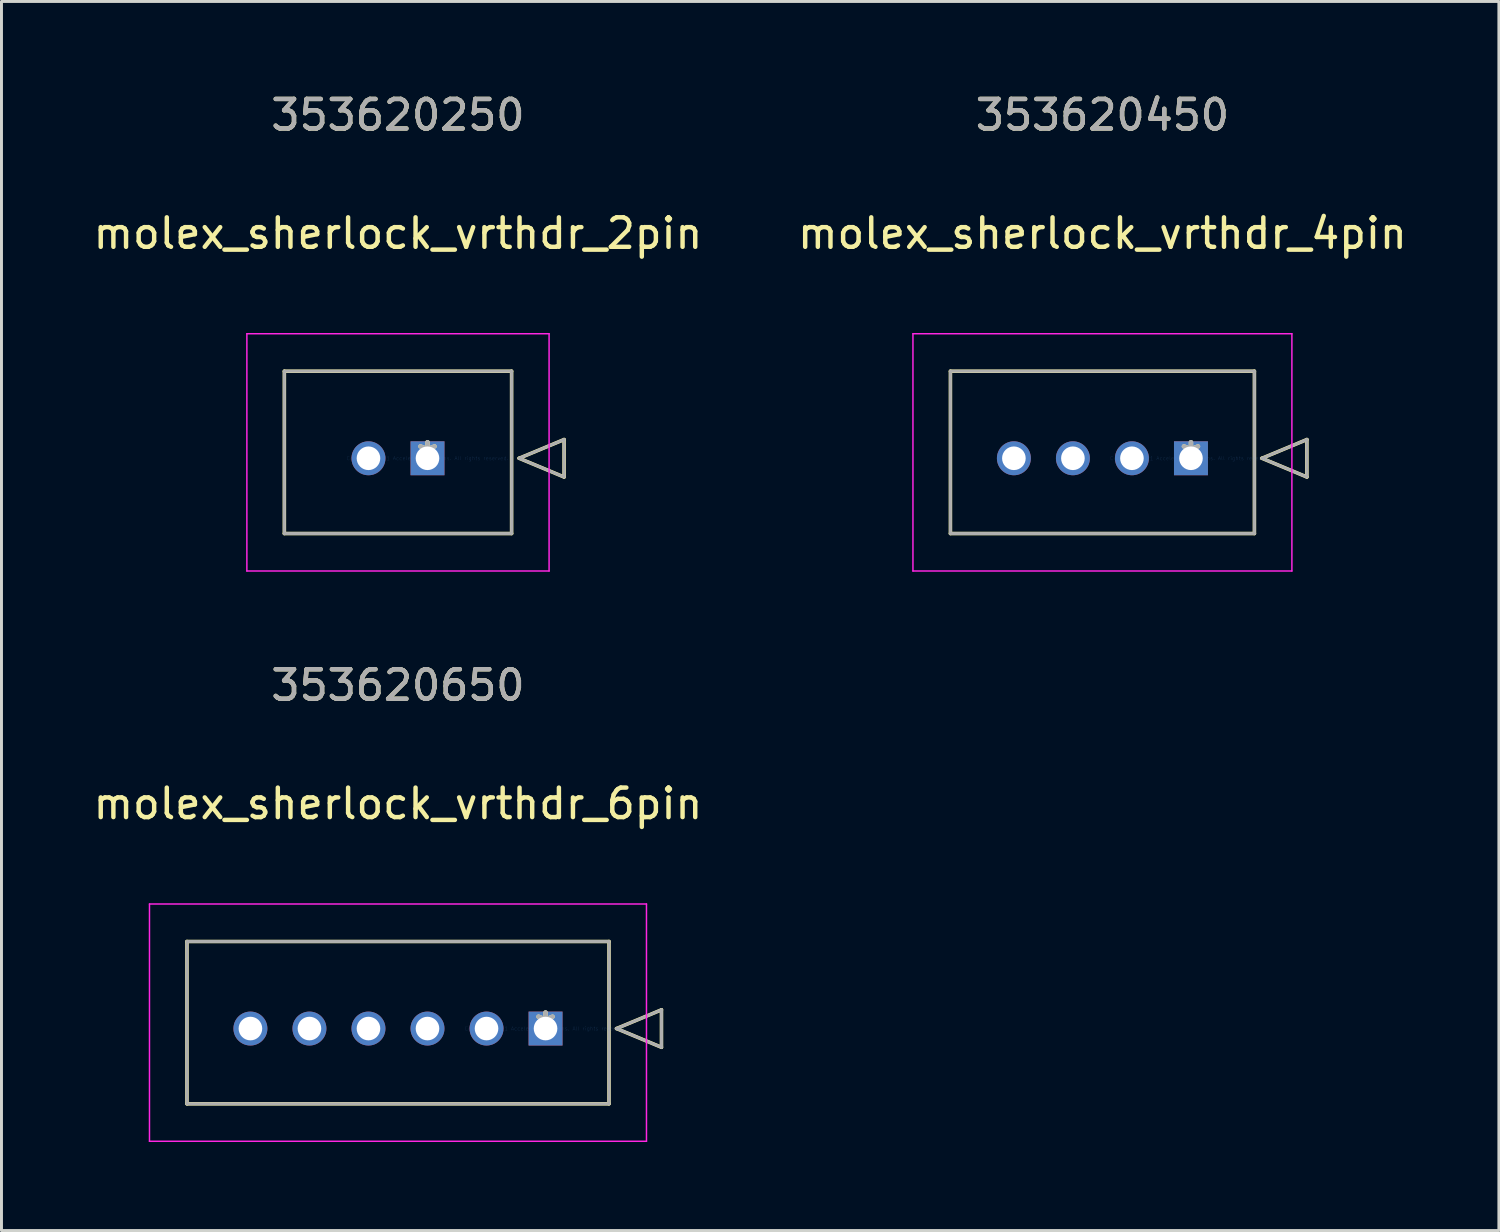
<source format=kicad_pcb>
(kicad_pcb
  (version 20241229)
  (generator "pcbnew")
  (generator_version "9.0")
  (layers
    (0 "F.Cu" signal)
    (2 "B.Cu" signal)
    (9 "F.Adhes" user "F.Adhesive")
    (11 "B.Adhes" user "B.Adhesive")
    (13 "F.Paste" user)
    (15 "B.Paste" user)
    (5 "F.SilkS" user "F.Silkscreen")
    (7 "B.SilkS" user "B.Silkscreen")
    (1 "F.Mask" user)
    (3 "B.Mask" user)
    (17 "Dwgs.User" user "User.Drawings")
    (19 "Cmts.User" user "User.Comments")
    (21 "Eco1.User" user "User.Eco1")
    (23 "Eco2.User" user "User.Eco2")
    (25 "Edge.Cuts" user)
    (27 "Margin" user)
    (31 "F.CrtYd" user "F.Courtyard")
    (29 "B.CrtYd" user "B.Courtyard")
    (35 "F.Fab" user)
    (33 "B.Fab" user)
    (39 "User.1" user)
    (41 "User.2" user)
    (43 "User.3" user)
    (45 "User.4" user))
  (footprint "molex_sherlock_vrthdr_2pin"
    (layer "F.Cu")
    (at 11.435 12.478)
    (property "Reference" "molex_sherlock_vrthdr_2pin" (at -1 -7.62 0) (layer "F.SilkS") (effects (font (size 1 1) (thickness 0.15))))
    (attr through_hole)
    (fp_line (start -4.85 -2.95) (end -4.85 2.55) (stroke (width 0.12) (type solid)) (layer "F.SilkS"))
    (fp_line (start -4.85 2.55) (end 2.85 2.55) (stroke (width 0.12) (type solid)) (layer "F.SilkS"))
    (fp_line (start 2.85 -2.95) (end -4.85 -2.95) (stroke (width 0.12) (type solid)) (layer "F.SilkS"))
    (fp_line (start 2.85 2.55) (end 2.85 -2.95) (stroke (width 0.12) (type solid)) (layer "F.SilkS"))
    (fp_line (start 3.104 0) (end 4.628 -0.635) (stroke (width 0.12) (type solid)) (layer "F.SilkS"))
    (fp_line (start 4.628 -0.635) (end 4.628 0.635) (stroke (width 0.12) (type solid)) (layer "F.SilkS"))
    (fp_line (start 4.628 0.635) (end 3.104 0) (stroke (width 0.12) (type solid)) (layer "F.SilkS"))
    (fp_line (start -6.12 -4.22) (end -6.12 3.82) (stroke (width 0.05) (type solid)) (layer "F.CrtYd"))
    (fp_line (start -6.12 3.82) (end 4.12 3.82) (stroke (width 0.05) (type solid)) (layer "F.CrtYd"))
    (fp_line (start 4.12 -4.22) (end -6.12 -4.22) (stroke (width 0.05) (type solid)) (layer "F.CrtYd"))
    (fp_line (start 4.12 3.82) (end 4.12 -4.22) (stroke (width 0.05) (type solid)) (layer "F.CrtYd"))
    (fp_line (start -4.85 -2.95) (end -4.85 2.55) (stroke (width 0.1) (type solid)) (layer "F.Fab"))
    (fp_line (start -4.85 2.55) (end 2.85 2.55) (stroke (width 0.1) (type solid)) (layer "F.Fab"))
    (fp_line (start 2.85 -2.95) (end -4.85 -2.95) (stroke (width 0.1) (type solid)) (layer "F.Fab"))
    (fp_line (start 2.85 2.55) (end 2.85 -2.95) (stroke (width 0.1) (type solid)) (layer "F.Fab"))
    (fp_line (start 3.104 0) (end 4.628 -0.635) (stroke (width 0.1) (type solid)) (layer "F.Fab"))
    (fp_line (start 4.628 -0.635) (end 4.628 0.635) (stroke (width 0.1) (type solid)) (layer "F.Fab"))
    (fp_line (start 4.628 0.635) (end 3.104 0) (stroke (width 0.1) (type solid)) (layer "F.Fab"))
    (fp_text user "353620250" (at -1 -11.63 0) (layer "F.SilkS") (effects (font (size 1 1) (thickness 0.15))))
    (fp_text user "*" (at 0 0 0) (layer "F.SilkS") (effects (font (size 1 1) (thickness 0.15))))
    (fp_text user "Copyright 2021 Accelerated Designs. All rights reserved." (at 0 0 0) (layer "Cmts.User") (effects (font (size 0.127 0.127) (thickness 0.002))))
    (fp_text user "*" (at 0 0 0) (layer "F.Fab") (effects (font (size 1 1) (thickness 0.15))))
    (fp_text user "353620250" (at -1 -11.63 0) (layer "F.Fab") (effects (font (size 1 1) (thickness 0.15))))
    (pad "1" thru_hole rect (at 0 0) (size 1.15 1.15) (drill 0.8) (layers "*.Cu" "*.Mask"))
    (pad "2" thru_hole circle (at -2 0) (size 1.15 1.15) (drill 0.8) (layers "*.Cu" "*.Mask")))
  (footprint "molex_sherlock_vrthdr_4pin"
    (layer "F.Cu")
    (at 37.304 12.478)
    (property "Reference" "molex_sherlock_vrthdr_4pin" (at -3 -7.62 0) (layer "F.SilkS") (effects (font (size 1 1) (thickness 0.15))))
    (attr through_hole)
    (fp_line (start -8.15 -2.95) (end -8.15 2.55) (stroke (width 0.12) (type solid)) (layer "F.SilkS"))
    (fp_line (start -8.15 2.55) (end 2.15 2.55) (stroke (width 0.12) (type solid)) (layer "F.SilkS"))
    (fp_line (start 2.15 -2.95) (end -8.15 -2.95) (stroke (width 0.12) (type solid)) (layer "F.SilkS"))
    (fp_line (start 2.15 2.55) (end 2.15 -2.95) (stroke (width 0.12) (type solid)) (layer "F.SilkS"))
    (fp_line (start 2.404 0) (end 3.928 -0.635) (stroke (width 0.12) (type solid)) (layer "F.SilkS"))
    (fp_line (start 3.928 -0.635) (end 3.928 0.635) (stroke (width 0.12) (type solid)) (layer "F.SilkS"))
    (fp_line (start 3.928 0.635) (end 2.404 0) (stroke (width 0.12) (type solid)) (layer "F.SilkS"))
    (fp_line (start -9.42 -4.22) (end -9.42 3.82) (stroke (width 0.05) (type solid)) (layer "F.CrtYd"))
    (fp_line (start -9.42 3.82) (end 3.42 3.82) (stroke (width 0.05) (type solid)) (layer "F.CrtYd"))
    (fp_line (start 3.42 -4.22) (end -9.42 -4.22) (stroke (width 0.05) (type solid)) (layer "F.CrtYd"))
    (fp_line (start 3.42 3.82) (end 3.42 -4.22) (stroke (width 0.05) (type solid)) (layer "F.CrtYd"))
    (fp_line (start -8.15 -2.95) (end -8.15 2.55) (stroke (width 0.1) (type solid)) (layer "F.Fab"))
    (fp_line (start -8.15 2.55) (end 2.15 2.55) (stroke (width 0.1) (type solid)) (layer "F.Fab"))
    (fp_line (start 2.15 -2.95) (end -8.15 -2.95) (stroke (width 0.1) (type solid)) (layer "F.Fab"))
    (fp_line (start 2.15 2.55) (end 2.15 -2.95) (stroke (width 0.1) (type solid)) (layer "F.Fab"))
    (fp_line (start 2.404 0) (end 3.928 -0.635) (stroke (width 0.1) (type solid)) (layer "F.Fab"))
    (fp_line (start 3.928 -0.635) (end 3.928 0.635) (stroke (width 0.1) (type solid)) (layer "F.Fab"))
    (fp_line (start 3.928 0.635) (end 2.404 0) (stroke (width 0.1) (type solid)) (layer "F.Fab"))
    (fp_text user "353620450" (at -3 -11.63 0) (layer "F.SilkS") (effects (font (size 1 1) (thickness 0.15))))
    (fp_text user "*" (at 0 0 0) (layer "F.SilkS") (effects (font (size 1 1) (thickness 0.15))))
    (fp_text user "Copyright 2021 Accelerated Designs. All rights reserved." (at 0 0 0) (layer "Cmts.User") (effects (font (size 0.127 0.127) (thickness 0.002))))
    (fp_text user "353620450" (at -3 -11.63 0) (layer "F.Fab") (effects (font (size 1 1) (thickness 0.15))))
    (fp_text user "*" (at 0 0 0) (layer "F.Fab") (effects (font (size 1 1) (thickness 0.15))))
    (pad "1" thru_hole rect (at 0 0) (size 1.15 1.15) (drill 0.8) (layers "*.Cu" "*.Mask"))
    (pad "2" thru_hole circle (at -2 0) (size 1.15 1.15) (drill 0.8) (layers "*.Cu" "*.Mask"))
    (pad "3" thru_hole circle (at -4 0) (size 1.15 1.15) (drill 0.8) (layers "*.Cu" "*.Mask"))
    (pad "4" thru_hole circle (at -6 0) (size 1.15 1.15) (drill 0.8) (layers "*.Cu" "*.Mask")))
  (footprint "molex_sherlock_vrthdr_6pin"
    (layer "F.Cu")
    (at 15.435 31.801)
    (property "Reference" "molex_sherlock_vrthdr_6pin" (at -5 -7.62 0) (layer "F.SilkS") (effects (font (size 1 1) (thickness 0.15))))
    (attr through_hole)
    (fp_line (start -12.15 -2.95) (end -12.15 2.55) (stroke (width 0.12) (type solid)) (layer "F.SilkS"))
    (fp_line (start -12.15 2.55) (end 2.15 2.55) (stroke (width 0.12) (type solid)) (layer "F.SilkS"))
    (fp_line (start 2.15 -2.95) (end -12.15 -2.95) (stroke (width 0.12) (type solid)) (layer "F.SilkS"))
    (fp_line (start 2.15 2.55) (end 2.15 -2.95) (stroke (width 0.12) (type solid)) (layer "F.SilkS"))
    (fp_line (start 2.404 0) (end 3.928 -0.635) (stroke (width 0.12) (type solid)) (layer "F.SilkS"))
    (fp_line (start 3.928 -0.635) (end 3.928 0.635) (stroke (width 0.12) (type solid)) (layer "F.SilkS"))
    (fp_line (start 3.928 0.635) (end 2.404 0) (stroke (width 0.12) (type solid)) (layer "F.SilkS"))
    (fp_line (start -13.42 -4.22) (end -13.42 3.82) (stroke (width 0.05) (type solid)) (layer "F.CrtYd"))
    (fp_line (start -13.42 3.82) (end 3.42 3.82) (stroke (width 0.05) (type solid)) (layer "F.CrtYd"))
    (fp_line (start 3.42 -4.22) (end -13.42 -4.22) (stroke (width 0.05) (type solid)) (layer "F.CrtYd"))
    (fp_line (start 3.42 3.82) (end 3.42 -4.22) (stroke (width 0.05) (type solid)) (layer "F.CrtYd"))
    (fp_line (start -12.15 -2.95) (end -12.15 2.55) (stroke (width 0.1) (type solid)) (layer "F.Fab"))
    (fp_line (start -12.15 2.55) (end 2.15 2.55) (stroke (width 0.1) (type solid)) (layer "F.Fab"))
    (fp_line (start 2.15 -2.95) (end -12.15 -2.95) (stroke (width 0.1) (type solid)) (layer "F.Fab"))
    (fp_line (start 2.15 2.55) (end 2.15 -2.95) (stroke (width 0.1) (type solid)) (layer "F.Fab"))
    (fp_line (start 2.404 0) (end 3.928 -0.635) (stroke (width 0.1) (type solid)) (layer "F.Fab"))
    (fp_line (start 3.928 -0.635) (end 3.928 0.635) (stroke (width 0.1) (type solid)) (layer "F.Fab"))
    (fp_line (start 3.928 0.635) (end 2.404 0) (stroke (width 0.1) (type solid)) (layer "F.Fab"))
    (fp_text user "353620650" (at -5 -11.63 0) (layer "F.SilkS") (effects (font (size 1 1) (thickness 0.15))))
    (fp_text user "*" (at 0 0 0) (layer "F.SilkS") (effects (font (size 1 1) (thickness 0.15))))
    (fp_text user "Copyright 2021 Accelerated Designs. All rights reserved." (at 0 0 0) (layer "Cmts.User") (effects (font (size 0.127 0.127) (thickness 0.002))))
    (fp_text user "*" (at 0 0 0) (layer "F.Fab") (effects (font (size 1 1) (thickness 0.15))))
    (fp_text user "353620650" (at -5 -11.63 0) (layer "F.Fab") (effects (font (size 1 1) (thickness 0.15))))
    (pad "1" thru_hole rect (at 0 0) (size 1.15 1.15) (drill 0.8) (layers "*.Cu" "*.Mask"))
    (pad "2" thru_hole circle (at -2 0) (size 1.15 1.15) (drill 0.8) (layers "*.Cu" "*.Mask"))
    (pad "3" thru_hole circle (at -4 0) (size 1.15 1.15) (drill 0.8) (layers "*.Cu" "*.Mask"))
    (pad "4" thru_hole circle (at -6 0) (size 1.15 1.15) (drill 0.8) (layers "*.Cu" "*.Mask"))
    (pad "5" thru_hole circle (at -8 0) (size 1.15 1.15) (drill 0.8) (layers "*.Cu" "*.Mask"))
    (pad "6" thru_hole circle (at -10 0) (size 1.15 1.15) (drill 0.8) (layers "*.Cu" "*.Mask")))
  (gr_rect
    (start -3 -3)
    (end 47.738 38.646)
    (stroke (width 0.1) (type default))
    (fill no)
    (layer "Edge.Cuts")))
</source>
